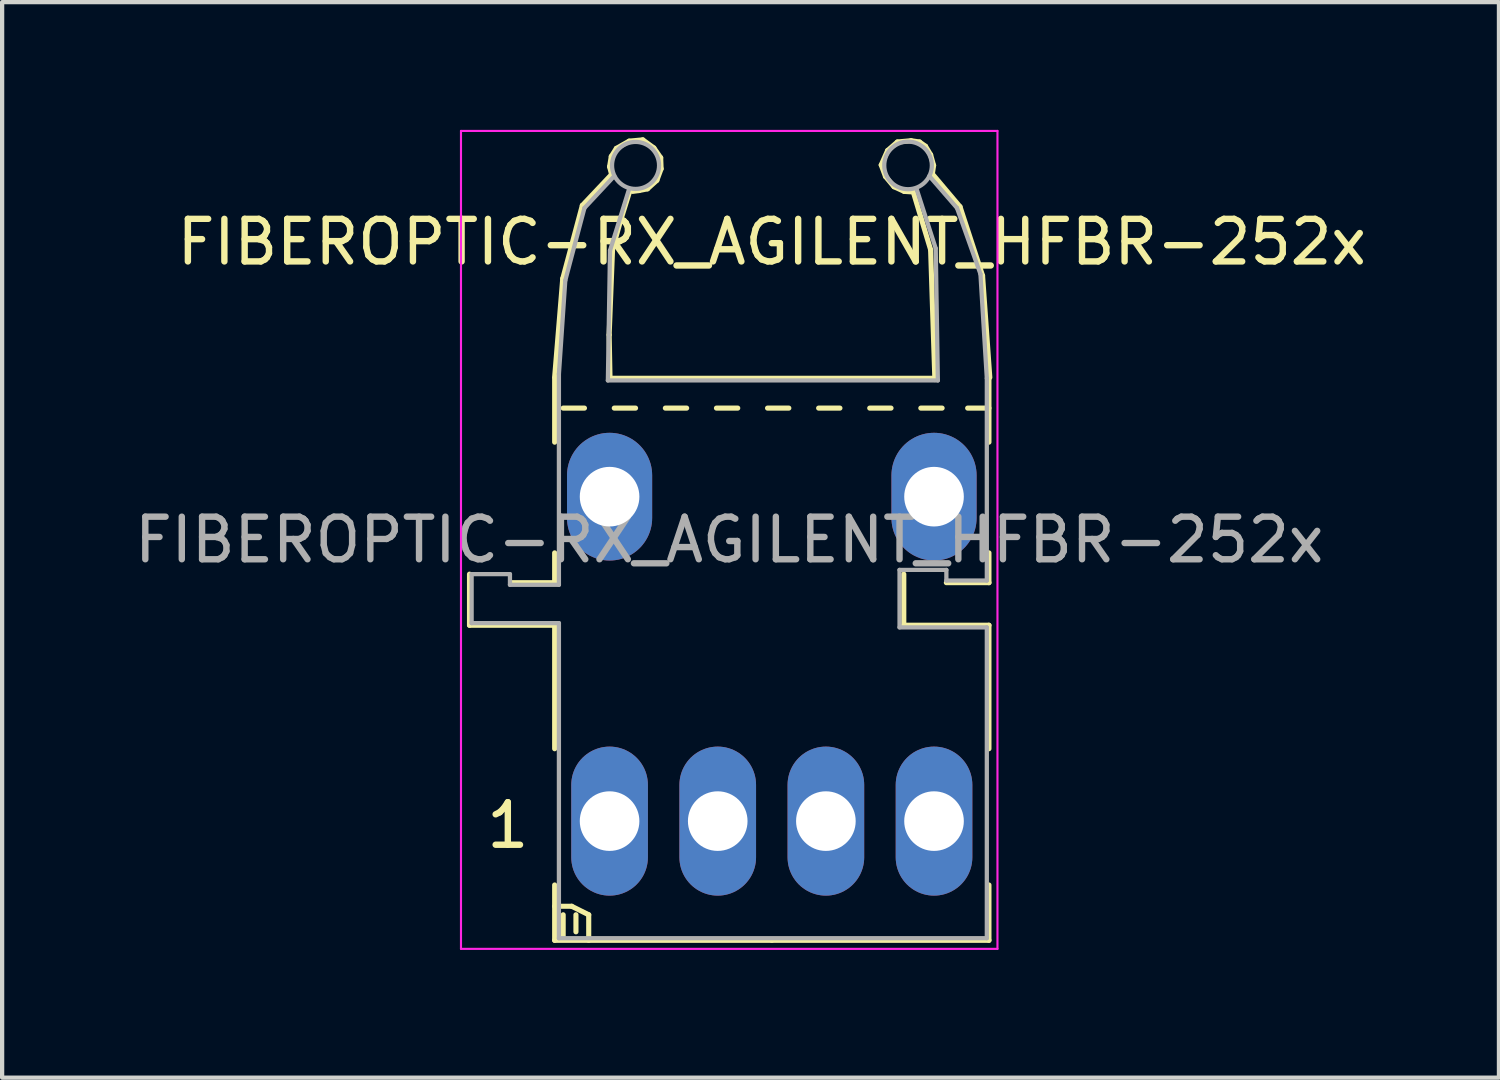
<source format=kicad_pcb>
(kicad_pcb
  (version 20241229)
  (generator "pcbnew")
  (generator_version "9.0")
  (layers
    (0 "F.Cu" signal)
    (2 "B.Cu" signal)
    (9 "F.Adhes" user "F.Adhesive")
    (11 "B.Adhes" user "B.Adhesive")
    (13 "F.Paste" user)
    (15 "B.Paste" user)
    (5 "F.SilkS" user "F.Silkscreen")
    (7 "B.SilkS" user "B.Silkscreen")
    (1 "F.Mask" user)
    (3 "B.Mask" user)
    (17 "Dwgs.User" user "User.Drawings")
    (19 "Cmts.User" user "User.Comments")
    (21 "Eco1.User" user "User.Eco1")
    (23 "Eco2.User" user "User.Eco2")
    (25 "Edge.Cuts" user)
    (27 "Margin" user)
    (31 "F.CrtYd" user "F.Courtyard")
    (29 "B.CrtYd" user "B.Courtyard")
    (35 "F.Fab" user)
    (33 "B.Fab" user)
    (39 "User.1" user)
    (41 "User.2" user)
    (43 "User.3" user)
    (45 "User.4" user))
  (footprint "FIBEROPTIC-RX_AGILENT_HFBR-252x"
    (layer "F.Cu")
    (at 11.267 16.235)
    (property "Reference" "FIBEROPTIC-RX_AGILENT_HFBR-252x" (at 3.81 -13.6 0) (layer "F.SilkS") (effects (font (size 1 1) (thickness 0.15))))
    (attr through_hole)
    (fp_line (start -3.29 -4.6) (end -3.29 -5.8) (stroke (width 0.12) (type solid)) (layer "F.SilkS"))
    (fp_line (start -2.29 -5.6) (end -1.29 -5.6) (stroke (width 0.12) (type solid)) (layer "F.SilkS"))
    (fp_line (start -1.29 -10.43) (end -1.1 -12.74) (stroke (width 0.12) (type solid)) (layer "F.SilkS"))
    (fp_line (start -1.29 -10.4) (end -1.29 -8.9) (stroke (width 0.12) (type solid)) (layer "F.SilkS"))
    (fp_line (start -1.29 -5.6) (end -1.29 -6.3) (stroke (width 0.12) (type solid)) (layer "F.SilkS"))
    (fp_line (start -1.29 -4.6) (end -3.29 -4.6) (stroke (width 0.12) (type solid)) (layer "F.SilkS"))
    (fp_line (start -1.29 -4.6) (end -1.29 -1.7) (stroke (width 0.12) (type solid)) (layer "F.SilkS"))
    (fp_line (start -1.29 2) (end -0.89 2) (stroke (width 0.12) (type solid)) (layer "F.SilkS"))
    (fp_line (start -1.29 2.8) (end -1.29 1.5) (stroke (width 0.12) (type solid)) (layer "F.SilkS"))
    (fp_line (start -1.1 -12.74) (end -0.64 -14.46) (stroke (width 0.12) (type solid)) (layer "F.SilkS"))
    (fp_line (start -1.09 2.2) (end -1.09 2.7) (stroke (width 0.12) (type solid)) (layer "F.SilkS"))
    (fp_line (start -0.89 2) (end -0.49 2.2) (stroke (width 0.12) (type solid)) (layer "F.SilkS"))
    (fp_line (start -0.79 2.2) (end -0.79 2.6) (stroke (width 0.12) (type solid)) (layer "F.SilkS"))
    (fp_line (start -0.64 -14.46) (end 0.04 -15.18) (stroke (width 0.12) (type solid)) (layer "F.SilkS"))
    (fp_line (start -0.59 -9.7) (end -1.09 -9.7) (stroke (width 0.12) (type solid)) (layer "F.SilkS"))
    (fp_line (start -0.49 2.2) (end -0.49 2.8) (stroke (width 0.12) (type solid)) (layer "F.SilkS"))
    (fp_line (start -0.01 -11.42) (end 0.07 -13.44) (stroke (width 0.12) (type solid)) (layer "F.SilkS"))
    (fp_line (start 0 -15.37) (end 0.05 -15.18) (stroke (width 0.12) (type solid)) (layer "F.SilkS"))
    (fp_line (start 0.01 -10.4) (end -0.01 -11.42) (stroke (width 0.12) (type solid)) (layer "F.SilkS"))
    (fp_line (start 0.04 -15.61) (end 0 -15.37) (stroke (width 0.12) (type solid)) (layer "F.SilkS"))
    (fp_line (start 0.07 -13.44) (end 0.26 -14.11) (stroke (width 0.12) (type solid)) (layer "F.SilkS"))
    (fp_line (start 0.16 -15.8) (end 0.04 -15.61) (stroke (width 0.12) (type solid)) (layer "F.SilkS"))
    (fp_line (start 0.26 -14.11) (end 0.48 -14.82) (stroke (width 0.12) (type solid)) (layer "F.SilkS"))
    (fp_line (start 0.46 -15.97) (end 0.16 -15.8) (stroke (width 0.12) (type solid)) (layer "F.SilkS"))
    (fp_line (start 0.54 -14.79) (end 0.69 -14.81) (stroke (width 0.12) (type solid)) (layer "F.SilkS"))
    (fp_line (start 0.61 -9.7) (end 0.11 -9.7) (stroke (width 0.12) (type solid)) (layer "F.SilkS"))
    (fp_line (start 0.69 -14.81) (end 0.89 -14.85) (stroke (width 0.12) (type solid)) (layer "F.SilkS"))
    (fp_line (start 0.78 -16) (end 0.46 -15.97) (stroke (width 0.12) (type solid)) (layer "F.SilkS"))
    (fp_line (start 0.89 -14.85) (end 1.11 -15.05) (stroke (width 0.12) (type solid)) (layer "F.SilkS"))
    (fp_line (start 1.04 -15.81) (end 0.78 -16) (stroke (width 0.12) (type solid)) (layer "F.SilkS"))
    (fp_line (start 1.11 -15.05) (end 1.21 -15.32) (stroke (width 0.12) (type solid)) (layer "F.SilkS"))
    (fp_line (start 1.2 -15.58) (end 1.04 -15.81) (stroke (width 0.12) (type solid)) (layer "F.SilkS"))
    (fp_line (start 1.21 -15.32) (end 1.2 -15.58) (stroke (width 0.12) (type solid)) (layer "F.SilkS"))
    (fp_line (start 1.81 -9.7) (end 1.31 -9.7) (stroke (width 0.12) (type solid)) (layer "F.SilkS"))
    (fp_line (start 3.01 -9.7) (end 2.51 -9.7) (stroke (width 0.12) (type solid)) (layer "F.SilkS"))
    (fp_line (start 3.81 2.8) (end -1.29 2.8) (stroke (width 0.12) (type solid)) (layer "F.SilkS"))
    (fp_line (start 3.81 2.8) (end 8.91 2.8) (stroke (width 0.12) (type solid)) (layer "F.SilkS"))
    (fp_line (start 4.21 -9.7) (end 3.71 -9.7) (stroke (width 0.12) (type solid)) (layer "F.SilkS"))
    (fp_line (start 5.41 -9.7) (end 4.91 -9.7) (stroke (width 0.12) (type solid)) (layer "F.SilkS"))
    (fp_line (start 6.38 -15.41) (end 6.48 -15.14) (stroke (width 0.12) (type solid)) (layer "F.SilkS"))
    (fp_line (start 6.48 -15.14) (end 6.68 -14.9) (stroke (width 0.12) (type solid)) (layer "F.SilkS"))
    (fp_line (start 6.53 -15.75) (end 6.38 -15.41) (stroke (width 0.12) (type solid)) (layer "F.SilkS"))
    (fp_line (start 6.61 -9.7) (end 6.11 -9.7) (stroke (width 0.12) (type solid)) (layer "F.SilkS"))
    (fp_line (start 6.68 -14.9) (end 6.92 -14.79) (stroke (width 0.12) (type solid)) (layer "F.SilkS"))
    (fp_line (start 6.76 -15.95) (end 6.53 -15.75) (stroke (width 0.12) (type solid)) (layer "F.SilkS"))
    (fp_line (start 6.91 -4.6) (end 6.91 -5.8) (stroke (width 0.12) (type solid)) (layer "F.SilkS"))
    (fp_line (start 6.92 -14.79) (end 7.08 -14.78) (stroke (width 0.12) (type solid)) (layer "F.SilkS"))
    (fp_line (start 7.08 -15.98) (end 6.76 -15.95) (stroke (width 0.12) (type solid)) (layer "F.SilkS"))
    (fp_line (start 7.28 -15.95) (end 7.08 -15.98) (stroke (width 0.12) (type solid)) (layer "F.SilkS"))
    (fp_line (start 7.42 -15.85) (end 7.28 -15.95) (stroke (width 0.12) (type solid)) (layer "F.SilkS"))
    (fp_line (start 7.54 -15.65) (end 7.42 -15.85) (stroke (width 0.12) (type solid)) (layer "F.SilkS"))
    (fp_line (start 7.54 -13.42) (end 7.12 -14.82) (stroke (width 0.12) (type solid)) (layer "F.SilkS"))
    (fp_line (start 7.58 -15.2) (end 7.61 -15.4) (stroke (width 0.12) (type solid)) (layer "F.SilkS"))
    (fp_line (start 7.61 -15.4) (end 7.54 -15.65) (stroke (width 0.12) (type solid)) (layer "F.SilkS"))
    (fp_line (start 7.61 -10.4) (end 0.01 -10.4) (stroke (width 0.12) (type solid)) (layer "F.SilkS"))
    (fp_line (start 7.64 -10.37) (end 7.54 -13.42) (stroke (width 0.12) (type solid)) (layer "F.SilkS"))
    (fp_line (start 7.81 -9.7) (end 7.31 -9.7) (stroke (width 0.12) (type solid)) (layer "F.SilkS"))
    (fp_line (start 7.91 -5.6) (end 8.91 -5.6) (stroke (width 0.12) (type solid)) (layer "F.SilkS"))
    (fp_line (start 8.23 -14.43) (end 7.58 -15.2) (stroke (width 0.12) (type solid)) (layer "F.SilkS"))
    (fp_line (start 8.76 -12.81) (end 8.23 -14.43) (stroke (width 0.12) (type solid)) (layer "F.SilkS"))
    (fp_line (start 8.91 -9.7) (end 8.41 -9.7) (stroke (width 0.12) (type solid)) (layer "F.SilkS"))
    (fp_line (start 8.91 -8.9) (end 8.91 -10.4) (stroke (width 0.12) (type solid)) (layer "F.SilkS"))
    (fp_line (start 8.91 -5.6) (end 8.91 -6.3) (stroke (width 0.12) (type solid)) (layer "F.SilkS"))
    (fp_line (start 8.91 -4.6) (end 6.91 -4.6) (stroke (width 0.12) (type solid)) (layer "F.SilkS"))
    (fp_line (start 8.91 -1.7) (end 8.91 -4.6) (stroke (width 0.12) (type solid)) (layer "F.SilkS"))
    (fp_line (start 8.91 2.8) (end 8.91 1.5) (stroke (width 0.12) (type solid)) (layer "F.SilkS"))
    (fp_line (start 8.93 -10.42) (end 8.76 -12.81) (stroke (width 0.12) (type solid)) (layer "F.SilkS"))
    (fp_line (start -3.49 -16.21) (end -3.49 3) (stroke (width 0.05) (type solid)) (layer "F.CrtYd"))
    (fp_line (start -3.49 -16.21) (end 9.11 -16.21) (stroke (width 0.05) (type solid)) (layer "F.CrtYd"))
    (fp_line (start 9.11 3) (end -3.49 3) (stroke (width 0.05) (type solid)) (layer "F.CrtYd"))
    (fp_line (start 9.11 3) (end 9.11 -16.21) (stroke (width 0.05) (type solid)) (layer "F.CrtYd"))
    (fp_line (start -3.24 -5.8) (end -3.24 -4.65) (stroke (width 0.1) (type solid)) (layer "F.Fab"))
    (fp_line (start -3.24 -4.65) (end -1.19 -4.65) (stroke (width 0.1) (type solid)) (layer "F.Fab"))
    (fp_line (start -2.34 -5.8) (end -3.24 -5.8) (stroke (width 0.1) (type solid)) (layer "F.Fab"))
    (fp_line (start -2.34 -5.55) (end -2.34 -5.8) (stroke (width 0.1) (type solid)) (layer "F.Fab"))
    (fp_line (start -1.19 -10.5) (end -1.19 -5.55) (stroke (width 0.1) (type solid)) (layer "F.Fab"))
    (fp_line (start -1.19 -5.55) (end -2.34 -5.55) (stroke (width 0.1) (type solid)) (layer "F.Fab"))
    (fp_line (start -1.19 -4.65) (end -1.19 2.75) (stroke (width 0.1) (type solid)) (layer "F.Fab"))
    (fp_line (start -1.19 2.75) (end 8.86 2.75) (stroke (width 0.1) (type solid)) (layer "F.Fab"))
    (fp_line (start -1.04 -12.7) (end -1.19 -10.5) (stroke (width 0.1) (type solid)) (layer "F.Fab"))
    (fp_line (start -0.59 -14.4) (end -1.04 -12.7) (stroke (width 0.1) (type solid)) (layer "F.Fab"))
    (fp_line (start -0.04 -10.35) (end 0.01 -13.4) (stroke (width 0.1) (type solid)) (layer "F.Fab"))
    (fp_line (start 0.01 -13.4) (end 0.46 -14.85) (stroke (width 0.1) (type solid)) (layer "F.Fab"))
    (fp_line (start 0.11 -15.15) (end -0.59 -14.4) (stroke (width 0.1) (type solid)) (layer "F.Fab"))
    (fp_line (start 6.81 -5.9) (end 7.91 -5.9) (stroke (width 0.1) (type solid)) (layer "F.Fab"))
    (fp_line (start 6.81 -4.55) (end 6.81 -5.9) (stroke (width 0.1) (type solid)) (layer "F.Fab"))
    (fp_line (start 7.21 -14.85) (end 7.66 -13.45) (stroke (width 0.1) (type solid)) (layer "F.Fab"))
    (fp_line (start 7.66 -13.45) (end 7.71 -10.35) (stroke (width 0.1) (type solid)) (layer "F.Fab"))
    (fp_line (start 7.71 -10.35) (end -0.04 -10.35) (stroke (width 0.1) (type solid)) (layer "F.Fab"))
    (fp_line (start 7.91 -5.9) (end 7.91 -5.65) (stroke (width 0.1) (type solid)) (layer "F.Fab"))
    (fp_line (start 7.91 -5.65) (end 8.86 -5.65) (stroke (width 0.1) (type solid)) (layer "F.Fab"))
    (fp_line (start 8.16 -14.4) (end 7.51 -15.15) (stroke (width 0.1) (type solid)) (layer "F.Fab"))
    (fp_line (start 8.71 -12.85) (end 8.16 -14.4) (stroke (width 0.1) (type solid)) (layer "F.Fab"))
    (fp_line (start 8.86 -10.4) (end 8.71 -12.85) (stroke (width 0.1) (type solid)) (layer "F.Fab"))
    (fp_line (start 8.86 -5.65) (end 8.86 -10.4) (stroke (width 0.1) (type solid)) (layer "F.Fab"))
    (fp_line (start 8.86 -4.55) (end 6.81 -4.55) (stroke (width 0.1) (type solid)) (layer "F.Fab"))
    (fp_line (start 8.86 2.75) (end 8.86 -4.55) (stroke (width 0.1) (type solid)) (layer "F.Fab"))
    (fp_circle (center 0.61 -15.4) (end 0.66 -14.85) (stroke (width 0.1) (type solid)) (fill no) (layer "F.Fab"))
    (fp_circle (center 7.01 -15.4) (end 7.51 -15.15) (stroke (width 0.1) (type solid)) (fill no) (layer "F.Fab"))
    (fp_text user "1" (at -2.39 0.1 0) (layer "F.SilkS") (effects (font (size 1 1) (thickness 0.15))))
    (fp_text user "${REFERENCE}" (at 2.81 -6.605 0) (layer "F.Fab") (effects (font (size 1 1) (thickness 0.15))))
    (pad "1" thru_hole oval (at 0 0) (size 1.8 3.5) (drill 1.4) (layers "*.Cu" "*.Mask"))
    (pad "2" thru_hole oval (at 2.54 0) (size 1.8 3.5) (drill 1.4) (layers "*.Cu" "*.Mask"))
    (pad "3" thru_hole oval (at 5.08 0) (size 1.8 3.5) (drill 1.4) (layers "*.Cu" "*.Mask"))
    (pad "4" thru_hole oval (at 7.62 0) (size 1.8 3.5) (drill 1.4) (layers "*.Cu" "*.Mask"))
    (pad "5" thru_hole oval (at 7.62 -7.62) (size 2 3) (drill 1.4) (layers "*.Cu" "*.Mask"))
    (pad "6" thru_hole oval (at 0 -7.62) (size 2 3) (drill 1.4) (layers "*.Cu" "*.Mask")))
  (gr_rect
    (start -3 -3)
    (end 32.155 22.26)
    (stroke (width 0.1) (type default))
    (fill no)
    (layer "Edge.Cuts")))
</source>
